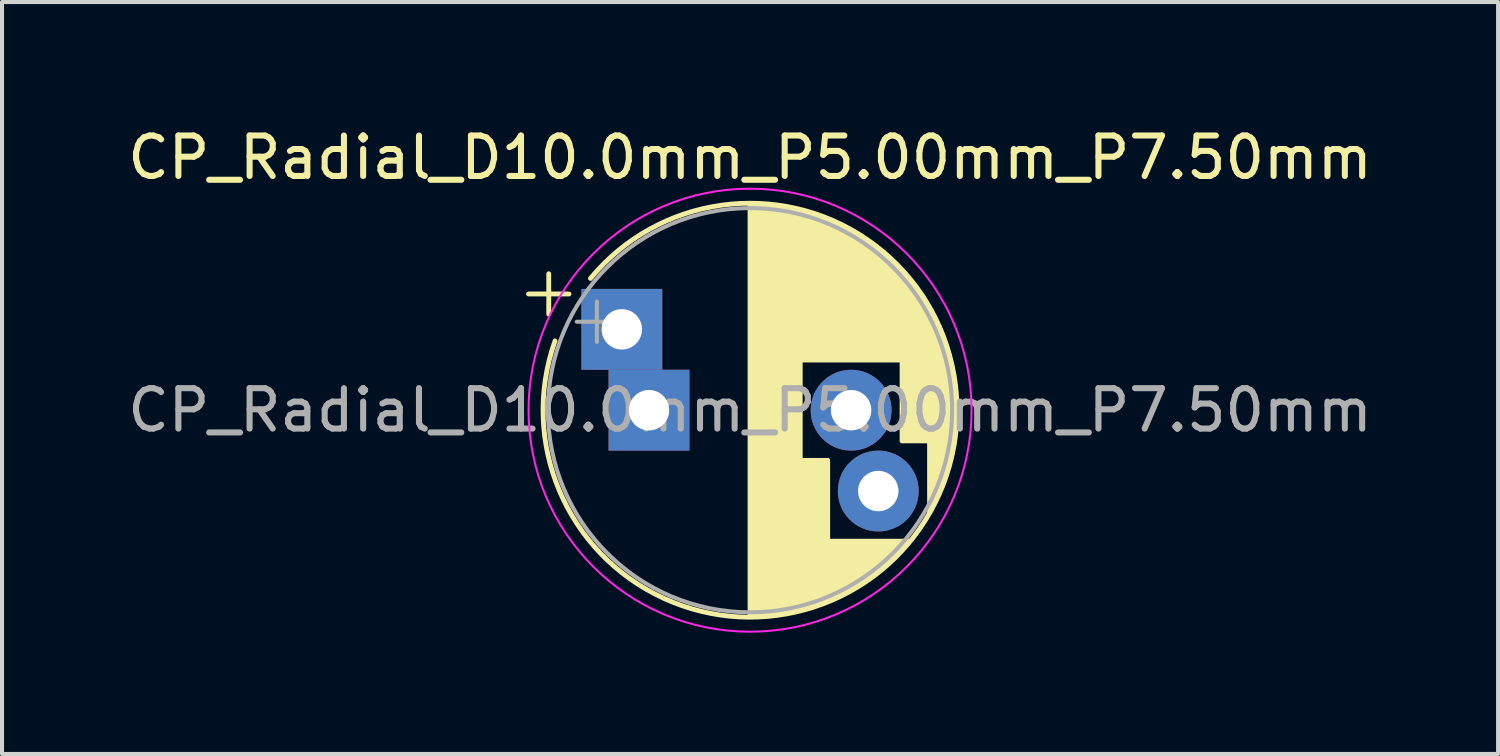
<source format=kicad_pcb>
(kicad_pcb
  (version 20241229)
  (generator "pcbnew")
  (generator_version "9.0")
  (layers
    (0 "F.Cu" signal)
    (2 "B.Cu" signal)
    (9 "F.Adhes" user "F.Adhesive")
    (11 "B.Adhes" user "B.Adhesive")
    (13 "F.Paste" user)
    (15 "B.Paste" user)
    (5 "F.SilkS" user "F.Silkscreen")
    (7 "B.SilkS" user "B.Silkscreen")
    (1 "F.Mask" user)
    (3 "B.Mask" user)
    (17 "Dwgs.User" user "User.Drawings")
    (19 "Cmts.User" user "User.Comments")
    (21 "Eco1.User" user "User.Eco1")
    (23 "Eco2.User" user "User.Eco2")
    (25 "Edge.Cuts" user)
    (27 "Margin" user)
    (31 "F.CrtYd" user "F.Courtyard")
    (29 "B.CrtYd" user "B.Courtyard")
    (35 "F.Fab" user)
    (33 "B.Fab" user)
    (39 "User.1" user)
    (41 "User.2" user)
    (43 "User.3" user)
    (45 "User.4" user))
  (footprint "CP_Radial_D10.0mm_P5.00mm_P7.50mm"
    (layer "F.Cu")
    (at 13.006 7.098)
    (property "Reference" "CP_Radial_D10.0mm_P5.00mm_P7.50mm" (at 2.5 -6.25 0) (layer "F.SilkS") (effects (font (size 1 1) (thickness 0.15))))
    (attr through_hole)
    (fp_line (start -2.98 -2.875) (end -1.98 -2.875) (stroke (width 0.12) (type solid)) (layer "F.SilkS"))
    (fp_line (start -2.48 -3.375) (end -2.48 -2.375) (stroke (width 0.12) (type solid)) (layer "F.SilkS"))
    (fp_line (start 2.5 -5.08) (end 2.5 5.08) (stroke (width 0.12) (type solid)) (layer "F.SilkS"))
    (fp_line (start 2.54 -5.08) (end 2.54 5.08) (stroke (width 0.12) (type solid)) (layer "F.SilkS"))
    (fp_line (start 2.58 -5.08) (end 2.58 5.08) (stroke (width 0.12) (type solid)) (layer "F.SilkS"))
    (fp_line (start 2.62 -5.079) (end 2.62 5.079) (stroke (width 0.12) (type solid)) (layer "F.SilkS"))
    (fp_line (start 2.66 -5.078) (end 2.66 5.078) (stroke (width 0.12) (type solid)) (layer "F.SilkS"))
    (fp_line (start 2.7 -5.077) (end 2.7 5.077) (stroke (width 0.12) (type solid)) (layer "F.SilkS"))
    (fp_line (start 2.74 -5.075) (end 2.74 5.075) (stroke (width 0.12) (type solid)) (layer "F.SilkS"))
    (fp_line (start 2.78 -5.073) (end 2.78 5.073) (stroke (width 0.12) (type solid)) (layer "F.SilkS"))
    (fp_line (start 2.82 -5.07) (end 2.82 5.07) (stroke (width 0.12) (type solid)) (layer "F.SilkS"))
    (fp_line (start 2.86 -5.068) (end 2.86 5.068) (stroke (width 0.12) (type solid)) (layer "F.SilkS"))
    (fp_line (start 2.9 -5.065) (end 2.9 5.065) (stroke (width 0.12) (type solid)) (layer "F.SilkS"))
    (fp_line (start 2.94 -5.062) (end 2.94 5.062) (stroke (width 0.12) (type solid)) (layer "F.SilkS"))
    (fp_line (start 2.98 -5.058) (end 2.98 5.058) (stroke (width 0.12) (type solid)) (layer "F.SilkS"))
    (fp_line (start 3.02 -5.054) (end 3.02 5.054) (stroke (width 0.12) (type solid)) (layer "F.SilkS"))
    (fp_line (start 3.06 -5.05) (end 3.06 5.05) (stroke (width 0.12) (type solid)) (layer "F.SilkS"))
    (fp_line (start 3.1 -5.045) (end 3.1 5.045) (stroke (width 0.12) (type solid)) (layer "F.SilkS"))
    (fp_line (start 3.14 -5.04) (end 3.14 5.04) (stroke (width 0.12) (type solid)) (layer "F.SilkS"))
    (fp_line (start 3.18 -5.035) (end 3.18 5.035) (stroke (width 0.12) (type solid)) (layer "F.SilkS"))
    (fp_line (start 3.221 -5.03) (end 3.221 5.03) (stroke (width 0.12) (type solid)) (layer "F.SilkS"))
    (fp_line (start 3.261 -5.024) (end 3.261 5.024) (stroke (width 0.12) (type solid)) (layer "F.SilkS"))
    (fp_line (start 3.301 -5.018) (end 3.301 5.018) (stroke (width 0.12) (type solid)) (layer "F.SilkS"))
    (fp_line (start 3.341 -5.011) (end 3.341 5.011) (stroke (width 0.12) (type solid)) (layer "F.SilkS"))
    (fp_line (start 3.381 -5.004) (end 3.381 5.004) (stroke (width 0.12) (type solid)) (layer "F.SilkS"))
    (fp_line (start 3.421 -4.997) (end 3.421 4.997) (stroke (width 0.12) (type solid)) (layer "F.SilkS"))
    (fp_line (start 3.461 -4.99) (end 3.461 4.99) (stroke (width 0.12) (type solid)) (layer "F.SilkS"))
    (fp_line (start 3.501 -4.982) (end 3.501 4.982) (stroke (width 0.12) (type solid)) (layer "F.SilkS"))
    (fp_line (start 3.541 -4.974) (end 3.541 4.974) (stroke (width 0.12) (type solid)) (layer "F.SilkS"))
    (fp_line (start 3.581 -4.965) (end 3.581 4.965) (stroke (width 0.12) (type solid)) (layer "F.SilkS"))
    (fp_line (start 3.621 -4.956) (end 3.621 4.956) (stroke (width 0.12) (type solid)) (layer "F.SilkS"))
    (fp_line (start 3.661 -4.947) (end 3.661 4.947) (stroke (width 0.12) (type solid)) (layer "F.SilkS"))
    (fp_line (start 3.701 -4.938) (end 3.701 4.938) (stroke (width 0.12) (type solid)) (layer "F.SilkS"))
    (fp_line (start 3.741 -4.928) (end 3.741 4.928) (stroke (width 0.12) (type solid)) (layer "F.SilkS"))
    (fp_line (start 3.781 -4.918) (end 3.781 -1.241) (stroke (width 0.12) (type solid)) (layer "F.SilkS"))
    (fp_line (start 3.781 1.241) (end 3.781 4.918) (stroke (width 0.12) (type solid)) (layer "F.SilkS"))
    (fp_line (start 3.821 -4.907) (end 3.821 -1.241) (stroke (width 0.12) (type solid)) (layer "F.SilkS"))
    (fp_line (start 3.821 1.241) (end 3.821 4.907) (stroke (width 0.12) (type solid)) (layer "F.SilkS"))
    (fp_line (start 3.861 -4.897) (end 3.861 -1.241) (stroke (width 0.12) (type solid)) (layer "F.SilkS"))
    (fp_line (start 3.861 1.241) (end 3.861 4.897) (stroke (width 0.12) (type solid)) (layer "F.SilkS"))
    (fp_line (start 3.901 -4.885) (end 3.901 -1.241) (stroke (width 0.12) (type solid)) (layer "F.SilkS"))
    (fp_line (start 3.901 1.241) (end 3.901 4.885) (stroke (width 0.12) (type solid)) (layer "F.SilkS"))
    (fp_line (start 3.941 -4.874) (end 3.941 -1.241) (stroke (width 0.12) (type solid)) (layer "F.SilkS"))
    (fp_line (start 3.941 1.241) (end 3.941 4.874) (stroke (width 0.12) (type solid)) (layer "F.SilkS"))
    (fp_line (start 3.981 -4.862) (end 3.981 -1.241) (stroke (width 0.12) (type solid)) (layer "F.SilkS"))
    (fp_line (start 3.981 1.241) (end 3.981 4.862) (stroke (width 0.12) (type solid)) (layer "F.SilkS"))
    (fp_line (start 4.021 -4.85) (end 4.021 -1.241) (stroke (width 0.12) (type solid)) (layer "F.SilkS"))
    (fp_line (start 4.021 1.241) (end 4.021 4.85) (stroke (width 0.12) (type solid)) (layer "F.SilkS"))
    (fp_line (start 4.061 -4.837) (end 4.061 -1.241) (stroke (width 0.12) (type solid)) (layer "F.SilkS"))
    (fp_line (start 4.061 1.241) (end 4.061 4.837) (stroke (width 0.12) (type solid)) (layer "F.SilkS"))
    (fp_line (start 4.101 -4.824) (end 4.101 -1.241) (stroke (width 0.12) (type solid)) (layer "F.SilkS"))
    (fp_line (start 4.101 1.241) (end 4.101 4.824) (stroke (width 0.12) (type solid)) (layer "F.SilkS"))
    (fp_line (start 4.141 -4.811) (end 4.141 -1.241) (stroke (width 0.12) (type solid)) (layer "F.SilkS"))
    (fp_line (start 4.141 1.241) (end 4.141 4.811) (stroke (width 0.12) (type solid)) (layer "F.SilkS"))
    (fp_line (start 4.181 -4.797) (end 4.181 -1.241) (stroke (width 0.12) (type solid)) (layer "F.SilkS"))
    (fp_line (start 4.181 1.241) (end 4.181 4.797) (stroke (width 0.12) (type solid)) (layer "F.SilkS"))
    (fp_line (start 4.221 -4.783) (end 4.221 -1.241) (stroke (width 0.12) (type solid)) (layer "F.SilkS"))
    (fp_line (start 4.221 1.241) (end 4.221 4.783) (stroke (width 0.12) (type solid)) (layer "F.SilkS"))
    (fp_line (start 4.261 -4.768) (end 4.261 -1.241) (stroke (width 0.12) (type solid)) (layer "F.SilkS"))
    (fp_line (start 4.261 1.241) (end 4.261 4.768) (stroke (width 0.12) (type solid)) (layer "F.SilkS"))
    (fp_line (start 4.301 -4.754) (end 4.301 -1.241) (stroke (width 0.12) (type solid)) (layer "F.SilkS"))
    (fp_line (start 4.301 1.241) (end 4.301 4.754) (stroke (width 0.12) (type solid)) (layer "F.SilkS"))
    (fp_line (start 4.341 -4.738) (end 4.341 -1.241) (stroke (width 0.12) (type solid)) (layer "F.SilkS"))
    (fp_line (start 4.341 1.241) (end 4.341 4.738) (stroke (width 0.12) (type solid)) (layer "F.SilkS"))
    (fp_line (start 4.381 -4.723) (end 4.381 -1.241) (stroke (width 0.12) (type solid)) (layer "F.SilkS"))
    (fp_line (start 4.381 1.241) (end 4.381 4.723) (stroke (width 0.12) (type solid)) (layer "F.SilkS"))
    (fp_line (start 4.421 -4.707) (end 4.421 -1.241) (stroke (width 0.12) (type solid)) (layer "F.SilkS"))
    (fp_line (start 4.421 1.241) (end 4.421 4.707) (stroke (width 0.12) (type solid)) (layer "F.SilkS"))
    (fp_line (start 4.461 -4.69) (end 4.461 -1.241) (stroke (width 0.12) (type solid)) (layer "F.SilkS"))
    (fp_line (start 4.461 3.24) (end 4.461 4.69) (stroke (width 0.12) (type solid)) (layer "F.SilkS"))
    (fp_line (start 4.501 -4.674) (end 4.501 -1.241) (stroke (width 0.12) (type solid)) (layer "F.SilkS"))
    (fp_line (start 4.501 3.24) (end 4.501 4.674) (stroke (width 0.12) (type solid)) (layer "F.SilkS"))
    (fp_line (start 4.541 -4.657) (end 4.541 -1.241) (stroke (width 0.12) (type solid)) (layer "F.SilkS"))
    (fp_line (start 4.541 3.24) (end 4.541 4.657) (stroke (width 0.12) (type solid)) (layer "F.SilkS"))
    (fp_line (start 4.581 -4.639) (end 4.581 -1.241) (stroke (width 0.12) (type solid)) (layer "F.SilkS"))
    (fp_line (start 4.581 3.24) (end 4.581 4.639) (stroke (width 0.12) (type solid)) (layer "F.SilkS"))
    (fp_line (start 4.621 -4.621) (end 4.621 -1.241) (stroke (width 0.12) (type solid)) (layer "F.SilkS"))
    (fp_line (start 4.621 3.24) (end 4.621 4.621) (stroke (width 0.12) (type solid)) (layer "F.SilkS"))
    (fp_line (start 4.661 -4.603) (end 4.661 -1.241) (stroke (width 0.12) (type solid)) (layer "F.SilkS"))
    (fp_line (start 4.661 3.24) (end 4.661 4.603) (stroke (width 0.12) (type solid)) (layer "F.SilkS"))
    (fp_line (start 4.701 -4.584) (end 4.701 -1.241) (stroke (width 0.12) (type solid)) (layer "F.SilkS"))
    (fp_line (start 4.701 3.24) (end 4.701 4.584) (stroke (width 0.12) (type solid)) (layer "F.SilkS"))
    (fp_line (start 4.741 -4.564) (end 4.741 -1.241) (stroke (width 0.12) (type solid)) (layer "F.SilkS"))
    (fp_line (start 4.741 3.24) (end 4.741 4.564) (stroke (width 0.12) (type solid)) (layer "F.SilkS"))
    (fp_line (start 4.781 -4.545) (end 4.781 -1.241) (stroke (width 0.12) (type solid)) (layer "F.SilkS"))
    (fp_line (start 4.781 3.24) (end 4.781 4.545) (stroke (width 0.12) (type solid)) (layer "F.SilkS"))
    (fp_line (start 4.821 -4.525) (end 4.821 -1.241) (stroke (width 0.12) (type solid)) (layer "F.SilkS"))
    (fp_line (start 4.821 3.24) (end 4.821 4.525) (stroke (width 0.12) (type solid)) (layer "F.SilkS"))
    (fp_line (start 4.861 -4.504) (end 4.861 -1.241) (stroke (width 0.12) (type solid)) (layer "F.SilkS"))
    (fp_line (start 4.861 3.24) (end 4.861 4.504) (stroke (width 0.12) (type solid)) (layer "F.SilkS"))
    (fp_line (start 4.901 -4.483) (end 4.901 -1.241) (stroke (width 0.12) (type solid)) (layer "F.SilkS"))
    (fp_line (start 4.901 3.24) (end 4.901 4.483) (stroke (width 0.12) (type solid)) (layer "F.SilkS"))
    (fp_line (start 4.941 -4.462) (end 4.941 -1.241) (stroke (width 0.12) (type solid)) (layer "F.SilkS"))
    (fp_line (start 4.941 3.24) (end 4.941 4.462) (stroke (width 0.12) (type solid)) (layer "F.SilkS"))
    (fp_line (start 4.981 -4.44) (end 4.981 -1.241) (stroke (width 0.12) (type solid)) (layer "F.SilkS"))
    (fp_line (start 4.981 3.24) (end 4.981 4.44) (stroke (width 0.12) (type solid)) (layer "F.SilkS"))
    (fp_line (start 5.021 -4.417) (end 5.021 -1.241) (stroke (width 0.12) (type solid)) (layer "F.SilkS"))
    (fp_line (start 5.021 3.24) (end 5.021 4.417) (stroke (width 0.12) (type solid)) (layer "F.SilkS"))
    (fp_line (start 5.061 -4.395) (end 5.061 -1.241) (stroke (width 0.12) (type solid)) (layer "F.SilkS"))
    (fp_line (start 5.061 3.24) (end 5.061 4.395) (stroke (width 0.12) (type solid)) (layer "F.SilkS"))
    (fp_line (start 5.101 -4.371) (end 5.101 -1.241) (stroke (width 0.12) (type solid)) (layer "F.SilkS"))
    (fp_line (start 5.101 3.24) (end 5.101 4.371) (stroke (width 0.12) (type solid)) (layer "F.SilkS"))
    (fp_line (start 5.141 -4.347) (end 5.141 -1.241) (stroke (width 0.12) (type solid)) (layer "F.SilkS"))
    (fp_line (start 5.141 3.24) (end 5.141 4.347) (stroke (width 0.12) (type solid)) (layer "F.SilkS"))
    (fp_line (start 5.181 -4.323) (end 5.181 -1.241) (stroke (width 0.12) (type solid)) (layer "F.SilkS"))
    (fp_line (start 5.181 3.24) (end 5.181 4.323) (stroke (width 0.12) (type solid)) (layer "F.SilkS"))
    (fp_line (start 5.221 -4.298) (end 5.221 -1.241) (stroke (width 0.12) (type solid)) (layer "F.SilkS"))
    (fp_line (start 5.221 3.24) (end 5.221 4.298) (stroke (width 0.12) (type solid)) (layer "F.SilkS"))
    (fp_line (start 5.261 -4.273) (end 5.261 -1.241) (stroke (width 0.12) (type solid)) (layer "F.SilkS"))
    (fp_line (start 5.261 3.24) (end 5.261 4.273) (stroke (width 0.12) (type solid)) (layer "F.SilkS"))
    (fp_line (start 5.301 -4.247) (end 5.301 -1.241) (stroke (width 0.12) (type solid)) (layer "F.SilkS"))
    (fp_line (start 5.301 3.24) (end 5.301 4.247) (stroke (width 0.12) (type solid)) (layer "F.SilkS"))
    (fp_line (start 5.341 -4.221) (end 5.341 -1.241) (stroke (width 0.12) (type solid)) (layer "F.SilkS"))
    (fp_line (start 5.341 3.24) (end 5.341 4.221) (stroke (width 0.12) (type solid)) (layer "F.SilkS"))
    (fp_line (start 5.381 -4.194) (end 5.381 -1.241) (stroke (width 0.12) (type solid)) (layer "F.SilkS"))
    (fp_line (start 5.381 3.24) (end 5.381 4.194) (stroke (width 0.12) (type solid)) (layer "F.SilkS"))
    (fp_line (start 5.421 -4.166) (end 5.421 -1.241) (stroke (width 0.12) (type solid)) (layer "F.SilkS"))
    (fp_line (start 5.421 3.24) (end 5.421 4.166) (stroke (width 0.12) (type solid)) (layer "F.SilkS"))
    (fp_line (start 5.461 -4.138) (end 5.461 -1.241) (stroke (width 0.12) (type solid)) (layer "F.SilkS"))
    (fp_line (start 5.461 3.24) (end 5.461 4.138) (stroke (width 0.12) (type solid)) (layer "F.SilkS"))
    (fp_line (start 5.501 -4.11) (end 5.501 -1.241) (stroke (width 0.12) (type solid)) (layer "F.SilkS"))
    (fp_line (start 5.501 3.24) (end 5.501 4.11) (stroke (width 0.12) (type solid)) (layer "F.SilkS"))
    (fp_line (start 5.541 -4.08) (end 5.541 -1.241) (stroke (width 0.12) (type solid)) (layer "F.SilkS"))
    (fp_line (start 5.541 3.24) (end 5.541 4.08) (stroke (width 0.12) (type solid)) (layer "F.SilkS"))
    (fp_line (start 5.581 -4.05) (end 5.581 -1.241) (stroke (width 0.12) (type solid)) (layer "F.SilkS"))
    (fp_line (start 5.581 3.24) (end 5.581 4.05) (stroke (width 0.12) (type solid)) (layer "F.SilkS"))
    (fp_line (start 5.621 -4.02) (end 5.621 -1.241) (stroke (width 0.12) (type solid)) (layer "F.SilkS"))
    (fp_line (start 5.621 3.24) (end 5.621 4.02) (stroke (width 0.12) (type solid)) (layer "F.SilkS"))
    (fp_line (start 5.661 -3.989) (end 5.661 -1.241) (stroke (width 0.12) (type solid)) (layer "F.SilkS"))
    (fp_line (start 5.661 3.24) (end 5.661 3.989) (stroke (width 0.12) (type solid)) (layer "F.SilkS"))
    (fp_line (start 5.701 -3.957) (end 5.701 -1.241) (stroke (width 0.12) (type solid)) (layer "F.SilkS"))
    (fp_line (start 5.701 3.24) (end 5.701 3.957) (stroke (width 0.12) (type solid)) (layer "F.SilkS"))
    (fp_line (start 5.741 -3.925) (end 5.741 -1.241) (stroke (width 0.12) (type solid)) (layer "F.SilkS"))
    (fp_line (start 5.741 3.24) (end 5.741 3.925) (stroke (width 0.12) (type solid)) (layer "F.SilkS"))
    (fp_line (start 5.781 -3.892) (end 5.781 -1.241) (stroke (width 0.12) (type solid)) (layer "F.SilkS"))
    (fp_line (start 5.781 3.24) (end 5.781 3.892) (stroke (width 0.12) (type solid)) (layer "F.SilkS"))
    (fp_line (start 5.821 -3.858) (end 5.821 -1.241) (stroke (width 0.12) (type solid)) (layer "F.SilkS"))
    (fp_line (start 5.821 3.24) (end 5.821 3.858) (stroke (width 0.12) (type solid)) (layer "F.SilkS"))
    (fp_line (start 5.861 -3.824) (end 5.861 -1.241) (stroke (width 0.12) (type solid)) (layer "F.SilkS"))
    (fp_line (start 5.861 3.24) (end 5.861 3.824) (stroke (width 0.12) (type solid)) (layer "F.SilkS"))
    (fp_line (start 5.901 -3.789) (end 5.901 -1.241) (stroke (width 0.12) (type solid)) (layer "F.SilkS"))
    (fp_line (start 5.901 3.24) (end 5.901 3.789) (stroke (width 0.12) (type solid)) (layer "F.SilkS"))
    (fp_line (start 5.941 -3.753) (end 5.941 -1.241) (stroke (width 0.12) (type solid)) (layer "F.SilkS"))
    (fp_line (start 5.941 3.24) (end 5.941 3.753) (stroke (width 0.12) (type solid)) (layer "F.SilkS"))
    (fp_line (start 5.981 -3.716) (end 5.981 -1.241) (stroke (width 0.12) (type solid)) (layer "F.SilkS"))
    (fp_line (start 5.981 3.24) (end 5.981 3.716) (stroke (width 0.12) (type solid)) (layer "F.SilkS"))
    (fp_line (start 6.021 -3.679) (end 6.021 -1.241) (stroke (width 0.12) (type solid)) (layer "F.SilkS"))
    (fp_line (start 6.021 3.24) (end 6.021 3.679) (stroke (width 0.12) (type solid)) (layer "F.SilkS"))
    (fp_line (start 6.061 -3.64) (end 6.061 -1.241) (stroke (width 0.12) (type solid)) (layer "F.SilkS"))
    (fp_line (start 6.061 3.24) (end 6.061 3.64) (stroke (width 0.12) (type solid)) (layer "F.SilkS"))
    (fp_line (start 6.101 -3.601) (end 6.101 -1.241) (stroke (width 0.12) (type solid)) (layer "F.SilkS"))
    (fp_line (start 6.101 3.24) (end 6.101 3.601) (stroke (width 0.12) (type solid)) (layer "F.SilkS"))
    (fp_line (start 6.141 -3.561) (end 6.141 -1.241) (stroke (width 0.12) (type solid)) (layer "F.SilkS"))
    (fp_line (start 6.141 3.24) (end 6.141 3.561) (stroke (width 0.12) (type solid)) (layer "F.SilkS"))
    (fp_line (start 6.181 -3.52) (end 6.181 -1.241) (stroke (width 0.12) (type solid)) (layer "F.SilkS"))
    (fp_line (start 6.181 3.24) (end 6.181 3.52) (stroke (width 0.12) (type solid)) (layer "F.SilkS"))
    (fp_line (start 6.221 -3.478) (end 6.221 -1.241) (stroke (width 0.12) (type solid)) (layer "F.SilkS"))
    (fp_line (start 6.221 3.24) (end 6.221 3.478) (stroke (width 0.12) (type solid)) (layer "F.SilkS"))
    (fp_line (start 6.261 -3.436) (end 6.261 0.76) (stroke (width 0.12) (type solid)) (layer "F.SilkS"))
    (fp_line (start 6.261 3.24) (end 6.261 3.436) (stroke (width 0.12) (type solid)) (layer "F.SilkS"))
    (fp_line (start 6.301 -3.392) (end 6.301 0.76) (stroke (width 0.12) (type solid)) (layer "F.SilkS"))
    (fp_line (start 6.301 3.24) (end 6.301 3.392) (stroke (width 0.12) (type solid)) (layer "F.SilkS"))
    (fp_line (start 6.341 -3.347) (end 6.341 0.76) (stroke (width 0.12) (type solid)) (layer "F.SilkS"))
    (fp_line (start 6.341 3.24) (end 6.341 3.347) (stroke (width 0.12) (type solid)) (layer "F.SilkS"))
    (fp_line (start 6.381 -3.301) (end 6.381 0.76) (stroke (width 0.12) (type solid)) (layer "F.SilkS"))
    (fp_line (start 6.381 3.24) (end 6.381 3.301) (stroke (width 0.12) (type solid)) (layer "F.SilkS"))
    (fp_line (start 6.421 -3.254) (end 6.421 0.76) (stroke (width 0.12) (type solid)) (layer "F.SilkS"))
    (fp_line (start 6.421 3.24) (end 6.421 3.254) (stroke (width 0.12) (type solid)) (layer "F.SilkS"))
    (fp_line (start 6.461 -3.206) (end 6.461 0.76) (stroke (width 0.12) (type solid)) (layer "F.SilkS"))
    (fp_line (start 6.501 -3.156) (end 6.501 0.76) (stroke (width 0.12) (type solid)) (layer "F.SilkS"))
    (fp_line (start 6.541 -3.106) (end 6.541 0.76) (stroke (width 0.12) (type solid)) (layer "F.SilkS"))
    (fp_line (start 6.581 -3.054) (end 6.581 0.76) (stroke (width 0.12) (type solid)) (layer "F.SilkS"))
    (fp_line (start 6.621 -3) (end 6.621 0.76) (stroke (width 0.12) (type solid)) (layer "F.SilkS"))
    (fp_line (start 6.661 -2.945) (end 6.661 0.76) (stroke (width 0.12) (type solid)) (layer "F.SilkS"))
    (fp_line (start 6.701 -2.889) (end 6.701 0.76) (stroke (width 0.12) (type solid)) (layer "F.SilkS"))
    (fp_line (start 6.741 -2.83) (end 6.741 0.76) (stroke (width 0.12) (type solid)) (layer "F.SilkS"))
    (fp_line (start 6.781 -2.77) (end 6.781 0.76) (stroke (width 0.12) (type solid)) (layer "F.SilkS"))
    (fp_line (start 6.821 -2.709) (end 6.821 0.76) (stroke (width 0.12) (type solid)) (layer "F.SilkS"))
    (fp_line (start 6.861 -2.645) (end 6.861 0.76) (stroke (width 0.12) (type solid)) (layer "F.SilkS"))
    (fp_line (start 6.901 -2.579) (end 6.901 0.76) (stroke (width 0.12) (type solid)) (layer "F.SilkS"))
    (fp_line (start 6.941 -2.51) (end 6.941 2.51) (stroke (width 0.12) (type solid)) (layer "F.SilkS"))
    (fp_line (start 6.981 -2.439) (end 6.981 2.439) (stroke (width 0.12) (type solid)) (layer "F.SilkS"))
    (fp_line (start 7.021 -2.365) (end 7.021 2.365) (stroke (width 0.12) (type solid)) (layer "F.SilkS"))
    (fp_line (start 7.061 -2.289) (end 7.061 2.289) (stroke (width 0.12) (type solid)) (layer "F.SilkS"))
    (fp_line (start 7.101 -2.209) (end 7.101 2.209) (stroke (width 0.12) (type solid)) (layer "F.SilkS"))
    (fp_line (start 7.141 -2.125) (end 7.141 2.125) (stroke (width 0.12) (type solid)) (layer "F.SilkS"))
    (fp_line (start 7.181 -2.037) (end 7.181 2.037) (stroke (width 0.12) (type solid)) (layer "F.SilkS"))
    (fp_line (start 7.221 -1.944) (end 7.221 1.944) (stroke (width 0.12) (type solid)) (layer "F.SilkS"))
    (fp_line (start 7.261 -1.846) (end 7.261 1.846) (stroke (width 0.12) (type solid)) (layer "F.SilkS"))
    (fp_line (start 7.301 -1.742) (end 7.301 1.742) (stroke (width 0.12) (type solid)) (layer "F.SilkS"))
    (fp_line (start 7.341 -1.63) (end 7.341 1.63) (stroke (width 0.12) (type solid)) (layer "F.SilkS"))
    (fp_line (start 7.381 -1.51) (end 7.381 1.51) (stroke (width 0.12) (type solid)) (layer "F.SilkS"))
    (fp_line (start 7.421 -1.378) (end 7.421 1.378) (stroke (width 0.12) (type solid)) (layer "F.SilkS"))
    (fp_line (start 7.461 -1.23) (end 7.461 1.23) (stroke (width 0.12) (type solid)) (layer "F.SilkS"))
    (fp_line (start 7.501 -1.062) (end 7.501 1.062) (stroke (width 0.12) (type solid)) (layer "F.SilkS"))
    (fp_line (start 7.541 -0.862) (end 7.541 0.862) (stroke (width 0.12) (type solid)) (layer "F.SilkS"))
    (fp_line (start 7.581 -0.599) (end 7.581 0.599) (stroke (width 0.12) (type solid)) (layer "F.SilkS"))
    (fp_arc (start -1.448012 -3.26) (mid 6.954128 2.524906) (end -2.324903 -1.713098) (stroke (width 0.12) (type solid)) (layer "F.SilkS"))
    (fp_circle (center 2.5 0) (end 7.98 0) (stroke (width 0.05) (type solid)) (fill no) (layer "F.CrtYd"))
    (fp_line (start -1.789 -2.188) (end -0.789 -2.188) (stroke (width 0.1) (type solid)) (layer "F.Fab"))
    (fp_line (start -1.289 -2.688) (end -1.289 -1.688) (stroke (width 0.1) (type solid)) (layer "F.Fab"))
    (fp_circle (center 2.5 0) (end 7.5 0) (stroke (width 0.1) (type solid)) (fill no) (layer "F.Fab"))
    (fp_text user "${REFERENCE}" (at 2.5 0 0) (layer "F.Fab") (effects (font (size 1 1) (thickness 0.15))))
    (pad "1" thru_hole rect (at -0.672 -2) (size 2 2) (drill 1) (layers "*.Cu" "*.Mask"))
    (pad "1" thru_hole rect (at 0 0) (size 2 2) (drill 1) (layers "*.Cu" "*.Mask"))
    (pad "2" thru_hole circle (at 5 0) (size 2 2) (drill 1) (layers "*.Cu" "*.Mask"))
    (pad "2" thru_hole circle (at 5.672 2) (size 2 2) (drill 1) (layers "*.Cu" "*.Mask")))
  (gr_rect
    (start -3 -3)
    (end 34.012 15.603)
    (stroke (width 0.1) (type default))
    (fill no)
    (layer "Edge.Cuts")))
</source>
